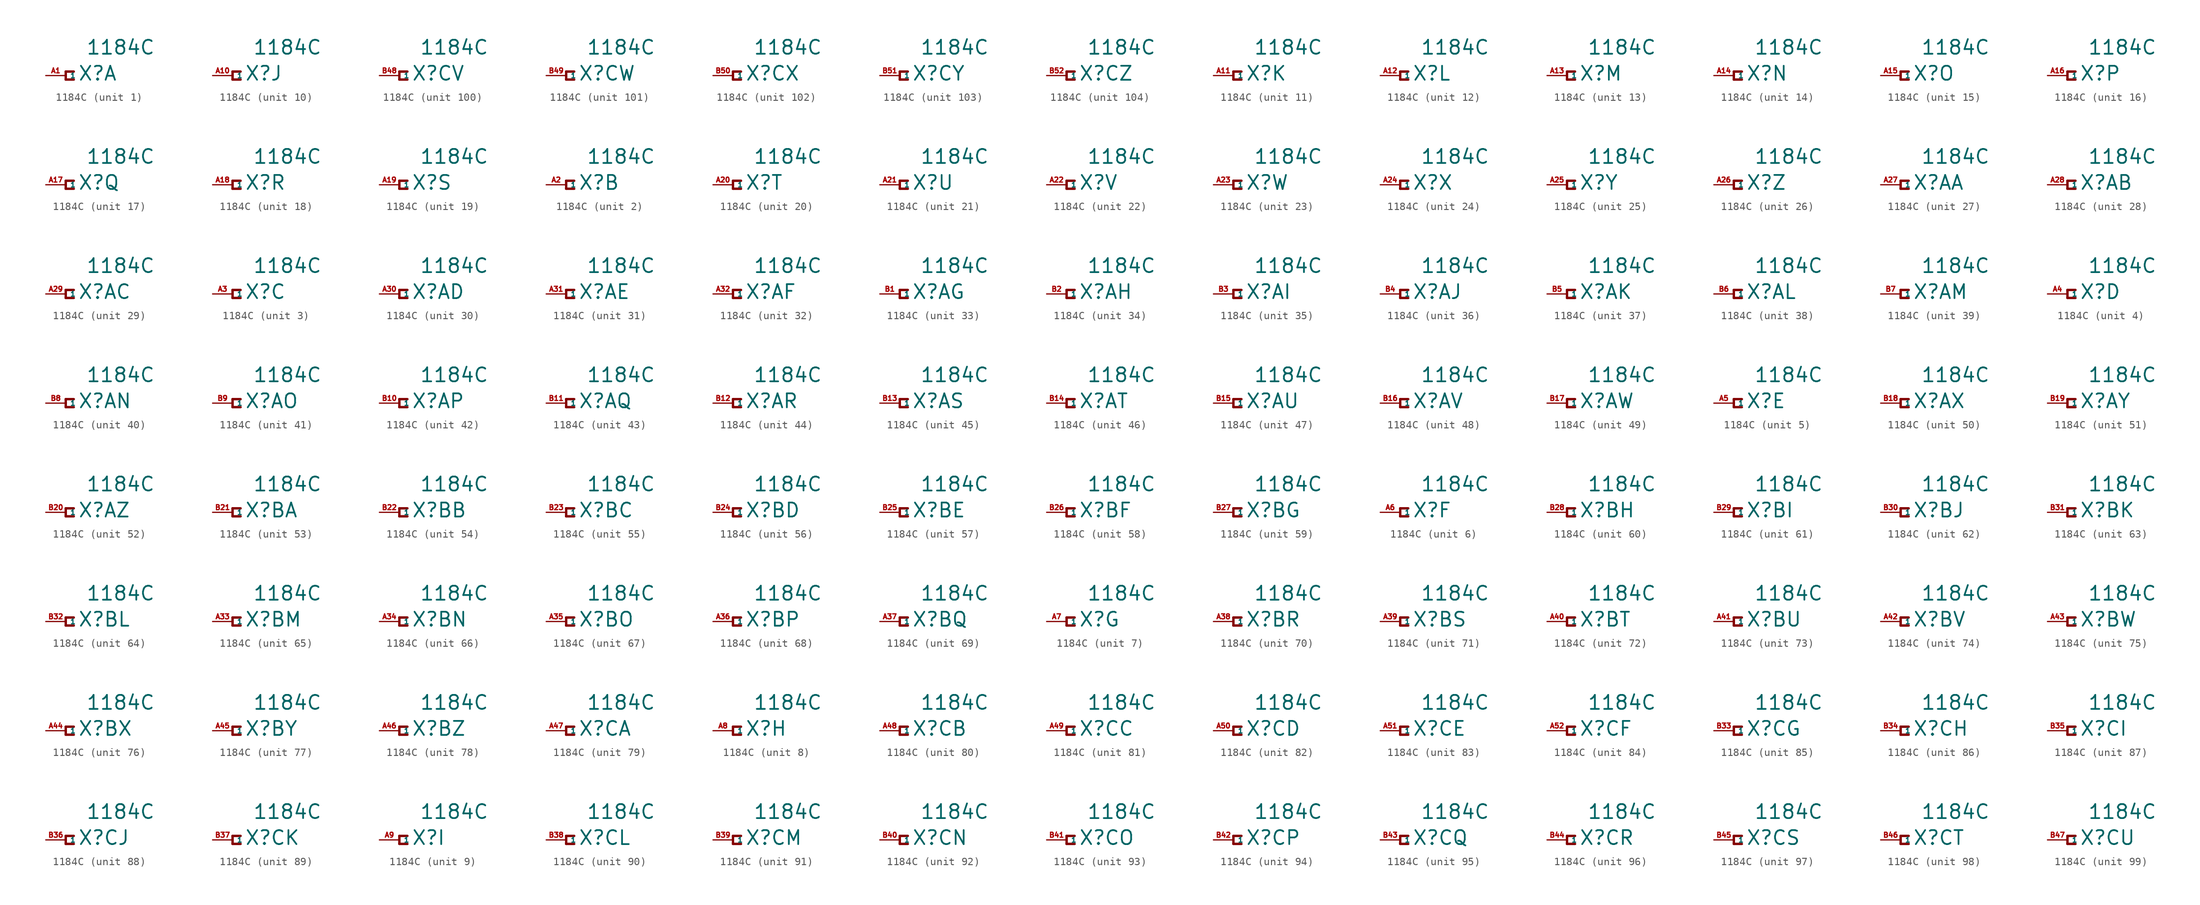
<source format=kicad_sym>
(kicad_symbol_lib
  (version 20220914)
  (generator Eagle2Kicad)
  (symbol "1184C"
    (property "Reference" "X"
      (at 1.524 -0.762 0)
      (effects (font (size 1.778 1.778) (thickness 0.22)) (justify left bottom)))
    (property "Value" "1184C"
      (at 2.54 2.54 0)
      (effects (font (size 1.778 1.778) (thickness 0.22)) (justify left bottom)))
    (symbol "1184C_1_0"
      (polyline (pts (xy 1.016 0.508) (xy 0 0.508)) (stroke (width 0.305) (type default)) (fill (type none)))
      (polyline (pts (xy 0 0.508) (xy 0 -0.508)) (stroke (width 0.305) (type default)) (fill (type none)))
      (polyline (pts (xy 0 -0.508) (xy 1.016 -0.508)) (stroke (width 0.305) (type default)) (fill (type none)))
      (pin passive line (at -2.54 0 0) (length 2.54) (name "1" (effects (font (size 0.635 0.635) (thickness 0.08)) (justify left bottom))) (number "A1" (effects (font (size 0.635 0.635) (thickness 0.08)) (justify left bottom)))))
    (symbol "1184C_2_0"
      (polyline (pts (xy 1.016 0.508) (xy 0 0.508)) (stroke (width 0.305) (type default)) (fill (type none)))
      (polyline (pts (xy 0 0.508) (xy 0 -0.508)) (stroke (width 0.305) (type default)) (fill (type none)))
      (polyline (pts (xy 0 -0.508) (xy 1.016 -0.508)) (stroke (width 0.305) (type default)) (fill (type none)))
      (pin passive line (at -2.54 0 0) (length 2.54) (name "1" (effects (font (size 0.635 0.635) (thickness 0.08)) (justify left bottom))) (number "A2" (effects (font (size 0.635 0.635) (thickness 0.08)) (justify left bottom)))))
    (symbol "1184C_3_0"
      (polyline (pts (xy 1.016 0.508) (xy 0 0.508)) (stroke (width 0.305) (type default)) (fill (type none)))
      (polyline (pts (xy 0 0.508) (xy 0 -0.508)) (stroke (width 0.305) (type default)) (fill (type none)))
      (polyline (pts (xy 0 -0.508) (xy 1.016 -0.508)) (stroke (width 0.305) (type default)) (fill (type none)))
      (pin passive line (at -2.54 0 0) (length 2.54) (name "1" (effects (font (size 0.635 0.635) (thickness 0.08)) (justify left bottom))) (number "A3" (effects (font (size 0.635 0.635) (thickness 0.08)) (justify left bottom)))))
    (symbol "1184C_4_0"
      (polyline (pts (xy 1.016 0.508) (xy 0 0.508)) (stroke (width 0.305) (type default)) (fill (type none)))
      (polyline (pts (xy 0 0.508) (xy 0 -0.508)) (stroke (width 0.305) (type default)) (fill (type none)))
      (polyline (pts (xy 0 -0.508) (xy 1.016 -0.508)) (stroke (width 0.305) (type default)) (fill (type none)))
      (pin passive line (at -2.54 0 0) (length 2.54) (name "1" (effects (font (size 0.635 0.635) (thickness 0.08)) (justify left bottom))) (number "A4" (effects (font (size 0.635 0.635) (thickness 0.08)) (justify left bottom)))))
    (symbol "1184C_5_0"
      (polyline (pts (xy 1.016 0.508) (xy 0 0.508)) (stroke (width 0.305) (type default)) (fill (type none)))
      (polyline (pts (xy 0 0.508) (xy 0 -0.508)) (stroke (width 0.305) (type default)) (fill (type none)))
      (polyline (pts (xy 0 -0.508) (xy 1.016 -0.508)) (stroke (width 0.305) (type default)) (fill (type none)))
      (pin passive line (at -2.54 0 0) (length 2.54) (name "1" (effects (font (size 0.635 0.635) (thickness 0.08)) (justify left bottom))) (number "A5" (effects (font (size 0.635 0.635) (thickness 0.08)) (justify left bottom)))))
    (symbol "1184C_6_0"
      (polyline (pts (xy 1.016 0.508) (xy 0 0.508)) (stroke (width 0.305) (type default)) (fill (type none)))
      (polyline (pts (xy 0 0.508) (xy 0 -0.508)) (stroke (width 0.305) (type default)) (fill (type none)))
      (polyline (pts (xy 0 -0.508) (xy 1.016 -0.508)) (stroke (width 0.305) (type default)) (fill (type none)))
      (pin passive line (at -2.54 0 0) (length 2.54) (name "1" (effects (font (size 0.635 0.635) (thickness 0.08)) (justify left bottom))) (number "A6" (effects (font (size 0.635 0.635) (thickness 0.08)) (justify left bottom)))))
    (symbol "1184C_7_0"
      (polyline (pts (xy 1.016 0.508) (xy 0 0.508)) (stroke (width 0.305) (type default)) (fill (type none)))
      (polyline (pts (xy 0 0.508) (xy 0 -0.508)) (stroke (width 0.305) (type default)) (fill (type none)))
      (polyline (pts (xy 0 -0.508) (xy 1.016 -0.508)) (stroke (width 0.305) (type default)) (fill (type none)))
      (pin passive line (at -2.54 0 0) (length 2.54) (name "1" (effects (font (size 0.635 0.635) (thickness 0.08)) (justify left bottom))) (number "A7" (effects (font (size 0.635 0.635) (thickness 0.08)) (justify left bottom)))))
    (symbol "1184C_8_0"
      (polyline (pts (xy 1.016 0.508) (xy 0 0.508)) (stroke (width 0.305) (type default)) (fill (type none)))
      (polyline (pts (xy 0 0.508) (xy 0 -0.508)) (stroke (width 0.305) (type default)) (fill (type none)))
      (polyline (pts (xy 0 -0.508) (xy 1.016 -0.508)) (stroke (width 0.305) (type default)) (fill (type none)))
      (pin passive line (at -2.54 0 0) (length 2.54) (name "1" (effects (font (size 0.635 0.635) (thickness 0.08)) (justify left bottom))) (number "A8" (effects (font (size 0.635 0.635) (thickness 0.08)) (justify left bottom)))))
    (symbol "1184C_9_0"
      (polyline (pts (xy 1.016 0.508) (xy 0 0.508)) (stroke (width 0.305) (type default)) (fill (type none)))
      (polyline (pts (xy 0 0.508) (xy 0 -0.508)) (stroke (width 0.305) (type default)) (fill (type none)))
      (polyline (pts (xy 0 -0.508) (xy 1.016 -0.508)) (stroke (width 0.305) (type default)) (fill (type none)))
      (pin passive line (at -2.54 0 0) (length 2.54) (name "1" (effects (font (size 0.635 0.635) (thickness 0.08)) (justify left bottom))) (number "A9" (effects (font (size 0.635 0.635) (thickness 0.08)) (justify left bottom)))))
    (symbol "1184C_10_0"
      (polyline (pts (xy 1.016 0.508) (xy 0 0.508)) (stroke (width 0.305) (type default)) (fill (type none)))
      (polyline (pts (xy 0 0.508) (xy 0 -0.508)) (stroke (width 0.305) (type default)) (fill (type none)))
      (polyline (pts (xy 0 -0.508) (xy 1.016 -0.508)) (stroke (width 0.305) (type default)) (fill (type none)))
      (pin passive line (at -2.54 0 0) (length 2.54) (name "1" (effects (font (size 0.635 0.635) (thickness 0.08)) (justify left bottom))) (number "A10" (effects (font (size 0.635 0.635) (thickness 0.08)) (justify left bottom)))))
    (symbol "1184C_11_0"
      (polyline (pts (xy 1.016 0.508) (xy 0 0.508)) (stroke (width 0.305) (type default)) (fill (type none)))
      (polyline (pts (xy 0 0.508) (xy 0 -0.508)) (stroke (width 0.305) (type default)) (fill (type none)))
      (polyline (pts (xy 0 -0.508) (xy 1.016 -0.508)) (stroke (width 0.305) (type default)) (fill (type none)))
      (pin passive line (at -2.54 0 0) (length 2.54) (name "1" (effects (font (size 0.635 0.635) (thickness 0.08)) (justify left bottom))) (number "A11" (effects (font (size 0.635 0.635) (thickness 0.08)) (justify left bottom)))))
    (symbol "1184C_12_0"
      (polyline (pts (xy 1.016 0.508) (xy 0 0.508)) (stroke (width 0.305) (type default)) (fill (type none)))
      (polyline (pts (xy 0 0.508) (xy 0 -0.508)) (stroke (width 0.305) (type default)) (fill (type none)))
      (polyline (pts (xy 0 -0.508) (xy 1.016 -0.508)) (stroke (width 0.305) (type default)) (fill (type none)))
      (pin passive line (at -2.54 0 0) (length 2.54) (name "1" (effects (font (size 0.635 0.635) (thickness 0.08)) (justify left bottom))) (number "A12" (effects (font (size 0.635 0.635) (thickness 0.08)) (justify left bottom)))))
    (symbol "1184C_13_0"
      (polyline (pts (xy 1.016 0.508) (xy 0 0.508)) (stroke (width 0.305) (type default)) (fill (type none)))
      (polyline (pts (xy 0 0.508) (xy 0 -0.508)) (stroke (width 0.305) (type default)) (fill (type none)))
      (polyline (pts (xy 0 -0.508) (xy 1.016 -0.508)) (stroke (width 0.305) (type default)) (fill (type none)))
      (pin passive line (at -2.54 0 0) (length 2.54) (name "1" (effects (font (size 0.635 0.635) (thickness 0.08)) (justify left bottom))) (number "A13" (effects (font (size 0.635 0.635) (thickness 0.08)) (justify left bottom)))))
    (symbol "1184C_14_0"
      (polyline (pts (xy 1.016 0.508) (xy 0 0.508)) (stroke (width 0.305) (type default)) (fill (type none)))
      (polyline (pts (xy 0 0.508) (xy 0 -0.508)) (stroke (width 0.305) (type default)) (fill (type none)))
      (polyline (pts (xy 0 -0.508) (xy 1.016 -0.508)) (stroke (width 0.305) (type default)) (fill (type none)))
      (pin passive line (at -2.54 0 0) (length 2.54) (name "1" (effects (font (size 0.635 0.635) (thickness 0.08)) (justify left bottom))) (number "A14" (effects (font (size 0.635 0.635) (thickness 0.08)) (justify left bottom)))))
    (symbol "1184C_15_0"
      (polyline (pts (xy 1.016 0.508) (xy 0 0.508)) (stroke (width 0.305) (type default)) (fill (type none)))
      (polyline (pts (xy 0 0.508) (xy 0 -0.508)) (stroke (width 0.305) (type default)) (fill (type none)))
      (polyline (pts (xy 0 -0.508) (xy 1.016 -0.508)) (stroke (width 0.305) (type default)) (fill (type none)))
      (pin passive line (at -2.54 0 0) (length 2.54) (name "1" (effects (font (size 0.635 0.635) (thickness 0.08)) (justify left bottom))) (number "A15" (effects (font (size 0.635 0.635) (thickness 0.08)) (justify left bottom)))))
    (symbol "1184C_16_0"
      (polyline (pts (xy 1.016 0.508) (xy 0 0.508)) (stroke (width 0.305) (type default)) (fill (type none)))
      (polyline (pts (xy 0 0.508) (xy 0 -0.508)) (stroke (width 0.305) (type default)) (fill (type none)))
      (polyline (pts (xy 0 -0.508) (xy 1.016 -0.508)) (stroke (width 0.305) (type default)) (fill (type none)))
      (pin passive line (at -2.54 0 0) (length 2.54) (name "1" (effects (font (size 0.635 0.635) (thickness 0.08)) (justify left bottom))) (number "A16" (effects (font (size 0.635 0.635) (thickness 0.08)) (justify left bottom)))))
    (symbol "1184C_17_0"
      (polyline (pts (xy 1.016 0.508) (xy 0 0.508)) (stroke (width 0.305) (type default)) (fill (type none)))
      (polyline (pts (xy 0 0.508) (xy 0 -0.508)) (stroke (width 0.305) (type default)) (fill (type none)))
      (polyline (pts (xy 0 -0.508) (xy 1.016 -0.508)) (stroke (width 0.305) (type default)) (fill (type none)))
      (pin passive line (at -2.54 0 0) (length 2.54) (name "1" (effects (font (size 0.635 0.635) (thickness 0.08)) (justify left bottom))) (number "A17" (effects (font (size 0.635 0.635) (thickness 0.08)) (justify left bottom)))))
    (symbol "1184C_18_0"
      (polyline (pts (xy 1.016 0.508) (xy 0 0.508)) (stroke (width 0.305) (type default)) (fill (type none)))
      (polyline (pts (xy 0 0.508) (xy 0 -0.508)) (stroke (width 0.305) (type default)) (fill (type none)))
      (polyline (pts (xy 0 -0.508) (xy 1.016 -0.508)) (stroke (width 0.305) (type default)) (fill (type none)))
      (pin passive line (at -2.54 0 0) (length 2.54) (name "1" (effects (font (size 0.635 0.635) (thickness 0.08)) (justify left bottom))) (number "A18" (effects (font (size 0.635 0.635) (thickness 0.08)) (justify left bottom)))))
    (symbol "1184C_19_0"
      (polyline (pts (xy 1.016 0.508) (xy 0 0.508)) (stroke (width 0.305) (type default)) (fill (type none)))
      (polyline (pts (xy 0 0.508) (xy 0 -0.508)) (stroke (width 0.305) (type default)) (fill (type none)))
      (polyline (pts (xy 0 -0.508) (xy 1.016 -0.508)) (stroke (width 0.305) (type default)) (fill (type none)))
      (pin passive line (at -2.54 0 0) (length 2.54) (name "1" (effects (font (size 0.635 0.635) (thickness 0.08)) (justify left bottom))) (number "A19" (effects (font (size 0.635 0.635) (thickness 0.08)) (justify left bottom)))))
    (symbol "1184C_20_0"
      (polyline (pts (xy 1.016 0.508) (xy 0 0.508)) (stroke (width 0.305) (type default)) (fill (type none)))
      (polyline (pts (xy 0 0.508) (xy 0 -0.508)) (stroke (width 0.305) (type default)) (fill (type none)))
      (polyline (pts (xy 0 -0.508) (xy 1.016 -0.508)) (stroke (width 0.305) (type default)) (fill (type none)))
      (pin passive line (at -2.54 0 0) (length 2.54) (name "1" (effects (font (size 0.635 0.635) (thickness 0.08)) (justify left bottom))) (number "A20" (effects (font (size 0.635 0.635) (thickness 0.08)) (justify left bottom)))))
    (symbol "1184C_21_0"
      (polyline (pts (xy 1.016 0.508) (xy 0 0.508)) (stroke (width 0.305) (type default)) (fill (type none)))
      (polyline (pts (xy 0 0.508) (xy 0 -0.508)) (stroke (width 0.305) (type default)) (fill (type none)))
      (polyline (pts (xy 0 -0.508) (xy 1.016 -0.508)) (stroke (width 0.305) (type default)) (fill (type none)))
      (pin passive line (at -2.54 0 0) (length 2.54) (name "1" (effects (font (size 0.635 0.635) (thickness 0.08)) (justify left bottom))) (number "A21" (effects (font (size 0.635 0.635) (thickness 0.08)) (justify left bottom)))))
    (symbol "1184C_22_0"
      (polyline (pts (xy 1.016 0.508) (xy 0 0.508)) (stroke (width 0.305) (type default)) (fill (type none)))
      (polyline (pts (xy 0 0.508) (xy 0 -0.508)) (stroke (width 0.305) (type default)) (fill (type none)))
      (polyline (pts (xy 0 -0.508) (xy 1.016 -0.508)) (stroke (width 0.305) (type default)) (fill (type none)))
      (pin passive line (at -2.54 0 0) (length 2.54) (name "1" (effects (font (size 0.635 0.635) (thickness 0.08)) (justify left bottom))) (number "A22" (effects (font (size 0.635 0.635) (thickness 0.08)) (justify left bottom)))))
    (symbol "1184C_23_0"
      (polyline (pts (xy 1.016 0.508) (xy 0 0.508)) (stroke (width 0.305) (type default)) (fill (type none)))
      (polyline (pts (xy 0 0.508) (xy 0 -0.508)) (stroke (width 0.305) (type default)) (fill (type none)))
      (polyline (pts (xy 0 -0.508) (xy 1.016 -0.508)) (stroke (width 0.305) (type default)) (fill (type none)))
      (pin passive line (at -2.54 0 0) (length 2.54) (name "1" (effects (font (size 0.635 0.635) (thickness 0.08)) (justify left bottom))) (number "A23" (effects (font (size 0.635 0.635) (thickness 0.08)) (justify left bottom)))))
    (symbol "1184C_24_0"
      (polyline (pts (xy 1.016 0.508) (xy 0 0.508)) (stroke (width 0.305) (type default)) (fill (type none)))
      (polyline (pts (xy 0 0.508) (xy 0 -0.508)) (stroke (width 0.305) (type default)) (fill (type none)))
      (polyline (pts (xy 0 -0.508) (xy 1.016 -0.508)) (stroke (width 0.305) (type default)) (fill (type none)))
      (pin passive line (at -2.54 0 0) (length 2.54) (name "1" (effects (font (size 0.635 0.635) (thickness 0.08)) (justify left bottom))) (number "A24" (effects (font (size 0.635 0.635) (thickness 0.08)) (justify left bottom)))))
    (symbol "1184C_25_0"
      (polyline (pts (xy 1.016 0.508) (xy 0 0.508)) (stroke (width 0.305) (type default)) (fill (type none)))
      (polyline (pts (xy 0 0.508) (xy 0 -0.508)) (stroke (width 0.305) (type default)) (fill (type none)))
      (polyline (pts (xy 0 -0.508) (xy 1.016 -0.508)) (stroke (width 0.305) (type default)) (fill (type none)))
      (pin passive line (at -2.54 0 0) (length 2.54) (name "1" (effects (font (size 0.635 0.635) (thickness 0.08)) (justify left bottom))) (number "A25" (effects (font (size 0.635 0.635) (thickness 0.08)) (justify left bottom)))))
    (symbol "1184C_26_0"
      (polyline (pts (xy 1.016 0.508) (xy 0 0.508)) (stroke (width 0.305) (type default)) (fill (type none)))
      (polyline (pts (xy 0 0.508) (xy 0 -0.508)) (stroke (width 0.305) (type default)) (fill (type none)))
      (polyline (pts (xy 0 -0.508) (xy 1.016 -0.508)) (stroke (width 0.305) (type default)) (fill (type none)))
      (pin passive line (at -2.54 0 0) (length 2.54) (name "1" (effects (font (size 0.635 0.635) (thickness 0.08)) (justify left bottom))) (number "A26" (effects (font (size 0.635 0.635) (thickness 0.08)) (justify left bottom)))))
    (symbol "1184C_27_0"
      (polyline (pts (xy 1.016 0.508) (xy 0 0.508)) (stroke (width 0.305) (type default)) (fill (type none)))
      (polyline (pts (xy 0 0.508) (xy 0 -0.508)) (stroke (width 0.305) (type default)) (fill (type none)))
      (polyline (pts (xy 0 -0.508) (xy 1.016 -0.508)) (stroke (width 0.305) (type default)) (fill (type none)))
      (pin passive line (at -2.54 0 0) (length 2.54) (name "1" (effects (font (size 0.635 0.635) (thickness 0.08)) (justify left bottom))) (number "A27" (effects (font (size 0.635 0.635) (thickness 0.08)) (justify left bottom)))))
    (symbol "1184C_28_0"
      (polyline (pts (xy 1.016 0.508) (xy 0 0.508)) (stroke (width 0.305) (type default)) (fill (type none)))
      (polyline (pts (xy 0 0.508) (xy 0 -0.508)) (stroke (width 0.305) (type default)) (fill (type none)))
      (polyline (pts (xy 0 -0.508) (xy 1.016 -0.508)) (stroke (width 0.305) (type default)) (fill (type none)))
      (pin passive line (at -2.54 0 0) (length 2.54) (name "1" (effects (font (size 0.635 0.635) (thickness 0.08)) (justify left bottom))) (number "A28" (effects (font (size 0.635 0.635) (thickness 0.08)) (justify left bottom)))))
    (symbol "1184C_29_0"
      (polyline (pts (xy 1.016 0.508) (xy 0 0.508)) (stroke (width 0.305) (type default)) (fill (type none)))
      (polyline (pts (xy 0 0.508) (xy 0 -0.508)) (stroke (width 0.305) (type default)) (fill (type none)))
      (polyline (pts (xy 0 -0.508) (xy 1.016 -0.508)) (stroke (width 0.305) (type default)) (fill (type none)))
      (pin passive line (at -2.54 0 0) (length 2.54) (name "1" (effects (font (size 0.635 0.635) (thickness 0.08)) (justify left bottom))) (number "A29" (effects (font (size 0.635 0.635) (thickness 0.08)) (justify left bottom)))))
    (symbol "1184C_30_0"
      (polyline (pts (xy 1.016 0.508) (xy 0 0.508)) (stroke (width 0.305) (type default)) (fill (type none)))
      (polyline (pts (xy 0 0.508) (xy 0 -0.508)) (stroke (width 0.305) (type default)) (fill (type none)))
      (polyline (pts (xy 0 -0.508) (xy 1.016 -0.508)) (stroke (width 0.305) (type default)) (fill (type none)))
      (pin passive line (at -2.54 0 0) (length 2.54) (name "1" (effects (font (size 0.635 0.635) (thickness 0.08)) (justify left bottom))) (number "A30" (effects (font (size 0.635 0.635) (thickness 0.08)) (justify left bottom)))))
    (symbol "1184C_31_0"
      (polyline (pts (xy 1.016 0.508) (xy 0 0.508)) (stroke (width 0.305) (type default)) (fill (type none)))
      (polyline (pts (xy 0 0.508) (xy 0 -0.508)) (stroke (width 0.305) (type default)) (fill (type none)))
      (polyline (pts (xy 0 -0.508) (xy 1.016 -0.508)) (stroke (width 0.305) (type default)) (fill (type none)))
      (pin passive line (at -2.54 0 0) (length 2.54) (name "1" (effects (font (size 0.635 0.635) (thickness 0.08)) (justify left bottom))) (number "A31" (effects (font (size 0.635 0.635) (thickness 0.08)) (justify left bottom)))))
    (symbol "1184C_32_0"
      (polyline (pts (xy 1.016 0.508) (xy 0 0.508)) (stroke (width 0.305) (type default)) (fill (type none)))
      (polyline (pts (xy 0 0.508) (xy 0 -0.508)) (stroke (width 0.305) (type default)) (fill (type none)))
      (polyline (pts (xy 0 -0.508) (xy 1.016 -0.508)) (stroke (width 0.305) (type default)) (fill (type none)))
      (pin passive line (at -2.54 0 0) (length 2.54) (name "1" (effects (font (size 0.635 0.635) (thickness 0.08)) (justify left bottom))) (number "A32" (effects (font (size 0.635 0.635) (thickness 0.08)) (justify left bottom)))))
    (symbol "1184C_33_0"
      (polyline (pts (xy 1.016 0.508) (xy 0 0.508)) (stroke (width 0.305) (type default)) (fill (type none)))
      (polyline (pts (xy 0 0.508) (xy 0 -0.508)) (stroke (width 0.305) (type default)) (fill (type none)))
      (polyline (pts (xy 0 -0.508) (xy 1.016 -0.508)) (stroke (width 0.305) (type default)) (fill (type none)))
      (pin passive line (at -2.54 0 0) (length 2.54) (name "1" (effects (font (size 0.635 0.635) (thickness 0.08)) (justify left bottom))) (number "B1" (effects (font (size 0.635 0.635) (thickness 0.08)) (justify left bottom)))))
    (symbol "1184C_34_0"
      (polyline (pts (xy 1.016 0.508) (xy 0 0.508)) (stroke (width 0.305) (type default)) (fill (type none)))
      (polyline (pts (xy 0 0.508) (xy 0 -0.508)) (stroke (width 0.305) (type default)) (fill (type none)))
      (polyline (pts (xy 0 -0.508) (xy 1.016 -0.508)) (stroke (width 0.305) (type default)) (fill (type none)))
      (pin passive line (at -2.54 0 0) (length 2.54) (name "1" (effects (font (size 0.635 0.635) (thickness 0.08)) (justify left bottom))) (number "B2" (effects (font (size 0.635 0.635) (thickness 0.08)) (justify left bottom)))))
    (symbol "1184C_35_0"
      (polyline (pts (xy 1.016 0.508) (xy 0 0.508)) (stroke (width 0.305) (type default)) (fill (type none)))
      (polyline (pts (xy 0 0.508) (xy 0 -0.508)) (stroke (width 0.305) (type default)) (fill (type none)))
      (polyline (pts (xy 0 -0.508) (xy 1.016 -0.508)) (stroke (width 0.305) (type default)) (fill (type none)))
      (pin passive line (at -2.54 0 0) (length 2.54) (name "1" (effects (font (size 0.635 0.635) (thickness 0.08)) (justify left bottom))) (number "B3" (effects (font (size 0.635 0.635) (thickness 0.08)) (justify left bottom)))))
    (symbol "1184C_36_0"
      (polyline (pts (xy 1.016 0.508) (xy 0 0.508)) (stroke (width 0.305) (type default)) (fill (type none)))
      (polyline (pts (xy 0 0.508) (xy 0 -0.508)) (stroke (width 0.305) (type default)) (fill (type none)))
      (polyline (pts (xy 0 -0.508) (xy 1.016 -0.508)) (stroke (width 0.305) (type default)) (fill (type none)))
      (pin passive line (at -2.54 0 0) (length 2.54) (name "1" (effects (font (size 0.635 0.635) (thickness 0.08)) (justify left bottom))) (number "B4" (effects (font (size 0.635 0.635) (thickness 0.08)) (justify left bottom)))))
    (symbol "1184C_37_0"
      (polyline (pts (xy 1.016 0.508) (xy 0 0.508)) (stroke (width 0.305) (type default)) (fill (type none)))
      (polyline (pts (xy 0 0.508) (xy 0 -0.508)) (stroke (width 0.305) (type default)) (fill (type none)))
      (polyline (pts (xy 0 -0.508) (xy 1.016 -0.508)) (stroke (width 0.305) (type default)) (fill (type none)))
      (pin passive line (at -2.54 0 0) (length 2.54) (name "1" (effects (font (size 0.635 0.635) (thickness 0.08)) (justify left bottom))) (number "B5" (effects (font (size 0.635 0.635) (thickness 0.08)) (justify left bottom)))))
    (symbol "1184C_38_0"
      (polyline (pts (xy 1.016 0.508) (xy 0 0.508)) (stroke (width 0.305) (type default)) (fill (type none)))
      (polyline (pts (xy 0 0.508) (xy 0 -0.508)) (stroke (width 0.305) (type default)) (fill (type none)))
      (polyline (pts (xy 0 -0.508) (xy 1.016 -0.508)) (stroke (width 0.305) (type default)) (fill (type none)))
      (pin passive line (at -2.54 0 0) (length 2.54) (name "1" (effects (font (size 0.635 0.635) (thickness 0.08)) (justify left bottom))) (number "B6" (effects (font (size 0.635 0.635) (thickness 0.08)) (justify left bottom)))))
    (symbol "1184C_39_0"
      (polyline (pts (xy 1.016 0.508) (xy 0 0.508)) (stroke (width 0.305) (type default)) (fill (type none)))
      (polyline (pts (xy 0 0.508) (xy 0 -0.508)) (stroke (width 0.305) (type default)) (fill (type none)))
      (polyline (pts (xy 0 -0.508) (xy 1.016 -0.508)) (stroke (width 0.305) (type default)) (fill (type none)))
      (pin passive line (at -2.54 0 0) (length 2.54) (name "1" (effects (font (size 0.635 0.635) (thickness 0.08)) (justify left bottom))) (number "B7" (effects (font (size 0.635 0.635) (thickness 0.08)) (justify left bottom)))))
    (symbol "1184C_40_0"
      (polyline (pts (xy 1.016 0.508) (xy 0 0.508)) (stroke (width 0.305) (type default)) (fill (type none)))
      (polyline (pts (xy 0 0.508) (xy 0 -0.508)) (stroke (width 0.305) (type default)) (fill (type none)))
      (polyline (pts (xy 0 -0.508) (xy 1.016 -0.508)) (stroke (width 0.305) (type default)) (fill (type none)))
      (pin passive line (at -2.54 0 0) (length 2.54) (name "1" (effects (font (size 0.635 0.635) (thickness 0.08)) (justify left bottom))) (number "B8" (effects (font (size 0.635 0.635) (thickness 0.08)) (justify left bottom)))))
    (symbol "1184C_41_0"
      (polyline (pts (xy 1.016 0.508) (xy 0 0.508)) (stroke (width 0.305) (type default)) (fill (type none)))
      (polyline (pts (xy 0 0.508) (xy 0 -0.508)) (stroke (width 0.305) (type default)) (fill (type none)))
      (polyline (pts (xy 0 -0.508) (xy 1.016 -0.508)) (stroke (width 0.305) (type default)) (fill (type none)))
      (pin passive line (at -2.54 0 0) (length 2.54) (name "1" (effects (font (size 0.635 0.635) (thickness 0.08)) (justify left bottom))) (number "B9" (effects (font (size 0.635 0.635) (thickness 0.08)) (justify left bottom)))))
    (symbol "1184C_42_0"
      (polyline (pts (xy 1.016 0.508) (xy 0 0.508)) (stroke (width 0.305) (type default)) (fill (type none)))
      (polyline (pts (xy 0 0.508) (xy 0 -0.508)) (stroke (width 0.305) (type default)) (fill (type none)))
      (polyline (pts (xy 0 -0.508) (xy 1.016 -0.508)) (stroke (width 0.305) (type default)) (fill (type none)))
      (pin passive line (at -2.54 0 0) (length 2.54) (name "1" (effects (font (size 0.635 0.635) (thickness 0.08)) (justify left bottom))) (number "B10" (effects (font (size 0.635 0.635) (thickness 0.08)) (justify left bottom)))))
    (symbol "1184C_43_0"
      (polyline (pts (xy 1.016 0.508) (xy 0 0.508)) (stroke (width 0.305) (type default)) (fill (type none)))
      (polyline (pts (xy 0 0.508) (xy 0 -0.508)) (stroke (width 0.305) (type default)) (fill (type none)))
      (polyline (pts (xy 0 -0.508) (xy 1.016 -0.508)) (stroke (width 0.305) (type default)) (fill (type none)))
      (pin passive line (at -2.54 0 0) (length 2.54) (name "1" (effects (font (size 0.635 0.635) (thickness 0.08)) (justify left bottom))) (number "B11" (effects (font (size 0.635 0.635) (thickness 0.08)) (justify left bottom)))))
    (symbol "1184C_44_0"
      (polyline (pts (xy 1.016 0.508) (xy 0 0.508)) (stroke (width 0.305) (type default)) (fill (type none)))
      (polyline (pts (xy 0 0.508) (xy 0 -0.508)) (stroke (width 0.305) (type default)) (fill (type none)))
      (polyline (pts (xy 0 -0.508) (xy 1.016 -0.508)) (stroke (width 0.305) (type default)) (fill (type none)))
      (pin passive line (at -2.54 0 0) (length 2.54) (name "1" (effects (font (size 0.635 0.635) (thickness 0.08)) (justify left bottom))) (number "B12" (effects (font (size 0.635 0.635) (thickness 0.08)) (justify left bottom)))))
    (symbol "1184C_45_0"
      (polyline (pts (xy 1.016 0.508) (xy 0 0.508)) (stroke (width 0.305) (type default)) (fill (type none)))
      (polyline (pts (xy 0 0.508) (xy 0 -0.508)) (stroke (width 0.305) (type default)) (fill (type none)))
      (polyline (pts (xy 0 -0.508) (xy 1.016 -0.508)) (stroke (width 0.305) (type default)) (fill (type none)))
      (pin passive line (at -2.54 0 0) (length 2.54) (name "1" (effects (font (size 0.635 0.635) (thickness 0.08)) (justify left bottom))) (number "B13" (effects (font (size 0.635 0.635) (thickness 0.08)) (justify left bottom)))))
    (symbol "1184C_46_0"
      (polyline (pts (xy 1.016 0.508) (xy 0 0.508)) (stroke (width 0.305) (type default)) (fill (type none)))
      (polyline (pts (xy 0 0.508) (xy 0 -0.508)) (stroke (width 0.305) (type default)) (fill (type none)))
      (polyline (pts (xy 0 -0.508) (xy 1.016 -0.508)) (stroke (width 0.305) (type default)) (fill (type none)))
      (pin passive line (at -2.54 0 0) (length 2.54) (name "1" (effects (font (size 0.635 0.635) (thickness 0.08)) (justify left bottom))) (number "B14" (effects (font (size 0.635 0.635) (thickness 0.08)) (justify left bottom)))))
    (symbol "1184C_47_0"
      (polyline (pts (xy 1.016 0.508) (xy 0 0.508)) (stroke (width 0.305) (type default)) (fill (type none)))
      (polyline (pts (xy 0 0.508) (xy 0 -0.508)) (stroke (width 0.305) (type default)) (fill (type none)))
      (polyline (pts (xy 0 -0.508) (xy 1.016 -0.508)) (stroke (width 0.305) (type default)) (fill (type none)))
      (pin passive line (at -2.54 0 0) (length 2.54) (name "1" (effects (font (size 0.635 0.635) (thickness 0.08)) (justify left bottom))) (number "B15" (effects (font (size 0.635 0.635) (thickness 0.08)) (justify left bottom)))))
    (symbol "1184C_48_0"
      (polyline (pts (xy 1.016 0.508) (xy 0 0.508)) (stroke (width 0.305) (type default)) (fill (type none)))
      (polyline (pts (xy 0 0.508) (xy 0 -0.508)) (stroke (width 0.305) (type default)) (fill (type none)))
      (polyline (pts (xy 0 -0.508) (xy 1.016 -0.508)) (stroke (width 0.305) (type default)) (fill (type none)))
      (pin passive line (at -2.54 0 0) (length 2.54) (name "1" (effects (font (size 0.635 0.635) (thickness 0.08)) (justify left bottom))) (number "B16" (effects (font (size 0.635 0.635) (thickness 0.08)) (justify left bottom)))))
    (symbol "1184C_49_0"
      (polyline (pts (xy 1.016 0.508) (xy 0 0.508)) (stroke (width 0.305) (type default)) (fill (type none)))
      (polyline (pts (xy 0 0.508) (xy 0 -0.508)) (stroke (width 0.305) (type default)) (fill (type none)))
      (polyline (pts (xy 0 -0.508) (xy 1.016 -0.508)) (stroke (width 0.305) (type default)) (fill (type none)))
      (pin passive line (at -2.54 0 0) (length 2.54) (name "1" (effects (font (size 0.635 0.635) (thickness 0.08)) (justify left bottom))) (number "B17" (effects (font (size 0.635 0.635) (thickness 0.08)) (justify left bottom)))))
    (symbol "1184C_50_0"
      (polyline (pts (xy 1.016 0.508) (xy 0 0.508)) (stroke (width 0.305) (type default)) (fill (type none)))
      (polyline (pts (xy 0 0.508) (xy 0 -0.508)) (stroke (width 0.305) (type default)) (fill (type none)))
      (polyline (pts (xy 0 -0.508) (xy 1.016 -0.508)) (stroke (width 0.305) (type default)) (fill (type none)))
      (pin passive line (at -2.54 0 0) (length 2.54) (name "1" (effects (font (size 0.635 0.635) (thickness 0.08)) (justify left bottom))) (number "B18" (effects (font (size 0.635 0.635) (thickness 0.08)) (justify left bottom)))))
    (symbol "1184C_51_0"
      (polyline (pts (xy 1.016 0.508) (xy 0 0.508)) (stroke (width 0.305) (type default)) (fill (type none)))
      (polyline (pts (xy 0 0.508) (xy 0 -0.508)) (stroke (width 0.305) (type default)) (fill (type none)))
      (polyline (pts (xy 0 -0.508) (xy 1.016 -0.508)) (stroke (width 0.305) (type default)) (fill (type none)))
      (pin passive line (at -2.54 0 0) (length 2.54) (name "1" (effects (font (size 0.635 0.635) (thickness 0.08)) (justify left bottom))) (number "B19" (effects (font (size 0.635 0.635) (thickness 0.08)) (justify left bottom)))))
    (symbol "1184C_52_0"
      (polyline (pts (xy 1.016 0.508) (xy 0 0.508)) (stroke (width 0.305) (type default)) (fill (type none)))
      (polyline (pts (xy 0 0.508) (xy 0 -0.508)) (stroke (width 0.305) (type default)) (fill (type none)))
      (polyline (pts (xy 0 -0.508) (xy 1.016 -0.508)) (stroke (width 0.305) (type default)) (fill (type none)))
      (pin passive line (at -2.54 0 0) (length 2.54) (name "1" (effects (font (size 0.635 0.635) (thickness 0.08)) (justify left bottom))) (number "B20" (effects (font (size 0.635 0.635) (thickness 0.08)) (justify left bottom)))))
    (symbol "1184C_53_0"
      (polyline (pts (xy 1.016 0.508) (xy 0 0.508)) (stroke (width 0.305) (type default)) (fill (type none)))
      (polyline (pts (xy 0 0.508) (xy 0 -0.508)) (stroke (width 0.305) (type default)) (fill (type none)))
      (polyline (pts (xy 0 -0.508) (xy 1.016 -0.508)) (stroke (width 0.305) (type default)) (fill (type none)))
      (pin passive line (at -2.54 0 0) (length 2.54) (name "1" (effects (font (size 0.635 0.635) (thickness 0.08)) (justify left bottom))) (number "B21" (effects (font (size 0.635 0.635) (thickness 0.08)) (justify left bottom)))))
    (symbol "1184C_54_0"
      (polyline (pts (xy 1.016 0.508) (xy 0 0.508)) (stroke (width 0.305) (type default)) (fill (type none)))
      (polyline (pts (xy 0 0.508) (xy 0 -0.508)) (stroke (width 0.305) (type default)) (fill (type none)))
      (polyline (pts (xy 0 -0.508) (xy 1.016 -0.508)) (stroke (width 0.305) (type default)) (fill (type none)))
      (pin passive line (at -2.54 0 0) (length 2.54) (name "1" (effects (font (size 0.635 0.635) (thickness 0.08)) (justify left bottom))) (number "B22" (effects (font (size 0.635 0.635) (thickness 0.08)) (justify left bottom)))))
    (symbol "1184C_55_0"
      (polyline (pts (xy 1.016 0.508) (xy 0 0.508)) (stroke (width 0.305) (type default)) (fill (type none)))
      (polyline (pts (xy 0 0.508) (xy 0 -0.508)) (stroke (width 0.305) (type default)) (fill (type none)))
      (polyline (pts (xy 0 -0.508) (xy 1.016 -0.508)) (stroke (width 0.305) (type default)) (fill (type none)))
      (pin passive line (at -2.54 0 0) (length 2.54) (name "1" (effects (font (size 0.635 0.635) (thickness 0.08)) (justify left bottom))) (number "B23" (effects (font (size 0.635 0.635) (thickness 0.08)) (justify left bottom)))))
    (symbol "1184C_56_0"
      (polyline (pts (xy 1.016 0.508) (xy 0 0.508)) (stroke (width 0.305) (type default)) (fill (type none)))
      (polyline (pts (xy 0 0.508) (xy 0 -0.508)) (stroke (width 0.305) (type default)) (fill (type none)))
      (polyline (pts (xy 0 -0.508) (xy 1.016 -0.508)) (stroke (width 0.305) (type default)) (fill (type none)))
      (pin passive line (at -2.54 0 0) (length 2.54) (name "1" (effects (font (size 0.635 0.635) (thickness 0.08)) (justify left bottom))) (number "B24" (effects (font (size 0.635 0.635) (thickness 0.08)) (justify left bottom)))))
    (symbol "1184C_57_0"
      (polyline (pts (xy 1.016 0.508) (xy 0 0.508)) (stroke (width 0.305) (type default)) (fill (type none)))
      (polyline (pts (xy 0 0.508) (xy 0 -0.508)) (stroke (width 0.305) (type default)) (fill (type none)))
      (polyline (pts (xy 0 -0.508) (xy 1.016 -0.508)) (stroke (width 0.305) (type default)) (fill (type none)))
      (pin passive line (at -2.54 0 0) (length 2.54) (name "1" (effects (font (size 0.635 0.635) (thickness 0.08)) (justify left bottom))) (number "B25" (effects (font (size 0.635 0.635) (thickness 0.08)) (justify left bottom)))))
    (symbol "1184C_58_0"
      (polyline (pts (xy 1.016 0.508) (xy 0 0.508)) (stroke (width 0.305) (type default)) (fill (type none)))
      (polyline (pts (xy 0 0.508) (xy 0 -0.508)) (stroke (width 0.305) (type default)) (fill (type none)))
      (polyline (pts (xy 0 -0.508) (xy 1.016 -0.508)) (stroke (width 0.305) (type default)) (fill (type none)))
      (pin passive line (at -2.54 0 0) (length 2.54) (name "1" (effects (font (size 0.635 0.635) (thickness 0.08)) (justify left bottom))) (number "B26" (effects (font (size 0.635 0.635) (thickness 0.08)) (justify left bottom)))))
    (symbol "1184C_59_0"
      (polyline (pts (xy 1.016 0.508) (xy 0 0.508)) (stroke (width 0.305) (type default)) (fill (type none)))
      (polyline (pts (xy 0 0.508) (xy 0 -0.508)) (stroke (width 0.305) (type default)) (fill (type none)))
      (polyline (pts (xy 0 -0.508) (xy 1.016 -0.508)) (stroke (width 0.305) (type default)) (fill (type none)))
      (pin passive line (at -2.54 0 0) (length 2.54) (name "1" (effects (font (size 0.635 0.635) (thickness 0.08)) (justify left bottom))) (number "B27" (effects (font (size 0.635 0.635) (thickness 0.08)) (justify left bottom)))))
    (symbol "1184C_60_0"
      (polyline (pts (xy 1.016 0.508) (xy 0 0.508)) (stroke (width 0.305) (type default)) (fill (type none)))
      (polyline (pts (xy 0 0.508) (xy 0 -0.508)) (stroke (width 0.305) (type default)) (fill (type none)))
      (polyline (pts (xy 0 -0.508) (xy 1.016 -0.508)) (stroke (width 0.305) (type default)) (fill (type none)))
      (pin passive line (at -2.54 0 0) (length 2.54) (name "1" (effects (font (size 0.635 0.635) (thickness 0.08)) (justify left bottom))) (number "B28" (effects (font (size 0.635 0.635) (thickness 0.08)) (justify left bottom)))))
    (symbol "1184C_61_0"
      (polyline (pts (xy 1.016 0.508) (xy 0 0.508)) (stroke (width 0.305) (type default)) (fill (type none)))
      (polyline (pts (xy 0 0.508) (xy 0 -0.508)) (stroke (width 0.305) (type default)) (fill (type none)))
      (polyline (pts (xy 0 -0.508) (xy 1.016 -0.508)) (stroke (width 0.305) (type default)) (fill (type none)))
      (pin passive line (at -2.54 0 0) (length 2.54) (name "1" (effects (font (size 0.635 0.635) (thickness 0.08)) (justify left bottom))) (number "B29" (effects (font (size 0.635 0.635) (thickness 0.08)) (justify left bottom)))))
    (symbol "1184C_62_0"
      (polyline (pts (xy 1.016 0.508) (xy 0 0.508)) (stroke (width 0.305) (type default)) (fill (type none)))
      (polyline (pts (xy 0 0.508) (xy 0 -0.508)) (stroke (width 0.305) (type default)) (fill (type none)))
      (polyline (pts (xy 0 -0.508) (xy 1.016 -0.508)) (stroke (width 0.305) (type default)) (fill (type none)))
      (pin passive line (at -2.54 0 0) (length 2.54) (name "1" (effects (font (size 0.635 0.635) (thickness 0.08)) (justify left bottom))) (number "B30" (effects (font (size 0.635 0.635) (thickness 0.08)) (justify left bottom)))))
    (symbol "1184C_63_0"
      (polyline (pts (xy 1.016 0.508) (xy 0 0.508)) (stroke (width 0.305) (type default)) (fill (type none)))
      (polyline (pts (xy 0 0.508) (xy 0 -0.508)) (stroke (width 0.305) (type default)) (fill (type none)))
      (polyline (pts (xy 0 -0.508) (xy 1.016 -0.508)) (stroke (width 0.305) (type default)) (fill (type none)))
      (pin passive line (at -2.54 0 0) (length 2.54) (name "1" (effects (font (size 0.635 0.635) (thickness 0.08)) (justify left bottom))) (number "B31" (effects (font (size 0.635 0.635) (thickness 0.08)) (justify left bottom)))))
    (symbol "1184C_64_0"
      (polyline (pts (xy 1.016 0.508) (xy 0 0.508)) (stroke (width 0.305) (type default)) (fill (type none)))
      (polyline (pts (xy 0 0.508) (xy 0 -0.508)) (stroke (width 0.305) (type default)) (fill (type none)))
      (polyline (pts (xy 0 -0.508) (xy 1.016 -0.508)) (stroke (width 0.305) (type default)) (fill (type none)))
      (pin passive line (at -2.54 0 0) (length 2.54) (name "1" (effects (font (size 0.635 0.635) (thickness 0.08)) (justify left bottom))) (number "B32" (effects (font (size 0.635 0.635) (thickness 0.08)) (justify left bottom)))))
    (symbol "1184C_65_0"
      (polyline (pts (xy 1.016 0.508) (xy 0 0.508)) (stroke (width 0.305) (type default)) (fill (type none)))
      (polyline (pts (xy 0 0.508) (xy 0 -0.508)) (stroke (width 0.305) (type default)) (fill (type none)))
      (polyline (pts (xy 0 -0.508) (xy 1.016 -0.508)) (stroke (width 0.305) (type default)) (fill (type none)))
      (pin passive line (at -2.54 0 0) (length 2.54) (name "1" (effects (font (size 0.635 0.635) (thickness 0.08)) (justify left bottom))) (number "A33" (effects (font (size 0.635 0.635) (thickness 0.08)) (justify left bottom)))))
    (symbol "1184C_66_0"
      (polyline (pts (xy 1.016 0.508) (xy 0 0.508)) (stroke (width 0.305) (type default)) (fill (type none)))
      (polyline (pts (xy 0 0.508) (xy 0 -0.508)) (stroke (width 0.305) (type default)) (fill (type none)))
      (polyline (pts (xy 0 -0.508) (xy 1.016 -0.508)) (stroke (width 0.305) (type default)) (fill (type none)))
      (pin passive line (at -2.54 0 0) (length 2.54) (name "1" (effects (font (size 0.635 0.635) (thickness 0.08)) (justify left bottom))) (number "A34" (effects (font (size 0.635 0.635) (thickness 0.08)) (justify left bottom)))))
    (symbol "1184C_67_0"
      (polyline (pts (xy 1.016 0.508) (xy 0 0.508)) (stroke (width 0.305) (type default)) (fill (type none)))
      (polyline (pts (xy 0 0.508) (xy 0 -0.508)) (stroke (width 0.305) (type default)) (fill (type none)))
      (polyline (pts (xy 0 -0.508) (xy 1.016 -0.508)) (stroke (width 0.305) (type default)) (fill (type none)))
      (pin passive line (at -2.54 0 0) (length 2.54) (name "1" (effects (font (size 0.635 0.635) (thickness 0.08)) (justify left bottom))) (number "A35" (effects (font (size 0.635 0.635) (thickness 0.08)) (justify left bottom)))))
    (symbol "1184C_68_0"
      (polyline (pts (xy 1.016 0.508) (xy 0 0.508)) (stroke (width 0.305) (type default)) (fill (type none)))
      (polyline (pts (xy 0 0.508) (xy 0 -0.508)) (stroke (width 0.305) (type default)) (fill (type none)))
      (polyline (pts (xy 0 -0.508) (xy 1.016 -0.508)) (stroke (width 0.305) (type default)) (fill (type none)))
      (pin passive line (at -2.54 0 0) (length 2.54) (name "1" (effects (font (size 0.635 0.635) (thickness 0.08)) (justify left bottom))) (number "A36" (effects (font (size 0.635 0.635) (thickness 0.08)) (justify left bottom)))))
    (symbol "1184C_69_0"
      (polyline (pts (xy 1.016 0.508) (xy 0 0.508)) (stroke (width 0.305) (type default)) (fill (type none)))
      (polyline (pts (xy 0 0.508) (xy 0 -0.508)) (stroke (width 0.305) (type default)) (fill (type none)))
      (polyline (pts (xy 0 -0.508) (xy 1.016 -0.508)) (stroke (width 0.305) (type default)) (fill (type none)))
      (pin passive line (at -2.54 0 0) (length 2.54) (name "1" (effects (font (size 0.635 0.635) (thickness 0.08)) (justify left bottom))) (number "A37" (effects (font (size 0.635 0.635) (thickness 0.08)) (justify left bottom)))))
    (symbol "1184C_70_0"
      (polyline (pts (xy 1.016 0.508) (xy 0 0.508)) (stroke (width 0.305) (type default)) (fill (type none)))
      (polyline (pts (xy 0 0.508) (xy 0 -0.508)) (stroke (width 0.305) (type default)) (fill (type none)))
      (polyline (pts (xy 0 -0.508) (xy 1.016 -0.508)) (stroke (width 0.305) (type default)) (fill (type none)))
      (pin passive line (at -2.54 0 0) (length 2.54) (name "1" (effects (font (size 0.635 0.635) (thickness 0.08)) (justify left bottom))) (number "A38" (effects (font (size 0.635 0.635) (thickness 0.08)) (justify left bottom)))))
    (symbol "1184C_71_0"
      (polyline (pts (xy 1.016 0.508) (xy 0 0.508)) (stroke (width 0.305) (type default)) (fill (type none)))
      (polyline (pts (xy 0 0.508) (xy 0 -0.508)) (stroke (width 0.305) (type default)) (fill (type none)))
      (polyline (pts (xy 0 -0.508) (xy 1.016 -0.508)) (stroke (width 0.305) (type default)) (fill (type none)))
      (pin passive line (at -2.54 0 0) (length 2.54) (name "1" (effects (font (size 0.635 0.635) (thickness 0.08)) (justify left bottom))) (number "A39" (effects (font (size 0.635 0.635) (thickness 0.08)) (justify left bottom)))))
    (symbol "1184C_72_0"
      (polyline (pts (xy 1.016 0.508) (xy 0 0.508)) (stroke (width 0.305) (type default)) (fill (type none)))
      (polyline (pts (xy 0 0.508) (xy 0 -0.508)) (stroke (width 0.305) (type default)) (fill (type none)))
      (polyline (pts (xy 0 -0.508) (xy 1.016 -0.508)) (stroke (width 0.305) (type default)) (fill (type none)))
      (pin passive line (at -2.54 0 0) (length 2.54) (name "1" (effects (font (size 0.635 0.635) (thickness 0.08)) (justify left bottom))) (number "A40" (effects (font (size 0.635 0.635) (thickness 0.08)) (justify left bottom)))))
    (symbol "1184C_73_0"
      (polyline (pts (xy 1.016 0.508) (xy 0 0.508)) (stroke (width 0.305) (type default)) (fill (type none)))
      (polyline (pts (xy 0 0.508) (xy 0 -0.508)) (stroke (width 0.305) (type default)) (fill (type none)))
      (polyline (pts (xy 0 -0.508) (xy 1.016 -0.508)) (stroke (width 0.305) (type default)) (fill (type none)))
      (pin passive line (at -2.54 0 0) (length 2.54) (name "1" (effects (font (size 0.635 0.635) (thickness 0.08)) (justify left bottom))) (number "A41" (effects (font (size 0.635 0.635) (thickness 0.08)) (justify left bottom)))))
    (symbol "1184C_74_0"
      (polyline (pts (xy 1.016 0.508) (xy 0 0.508)) (stroke (width 0.305) (type default)) (fill (type none)))
      (polyline (pts (xy 0 0.508) (xy 0 -0.508)) (stroke (width 0.305) (type default)) (fill (type none)))
      (polyline (pts (xy 0 -0.508) (xy 1.016 -0.508)) (stroke (width 0.305) (type default)) (fill (type none)))
      (pin passive line (at -2.54 0 0) (length 2.54) (name "1" (effects (font (size 0.635 0.635) (thickness 0.08)) (justify left bottom))) (number "A42" (effects (font (size 0.635 0.635) (thickness 0.08)) (justify left bottom)))))
    (symbol "1184C_75_0"
      (polyline (pts (xy 1.016 0.508) (xy 0 0.508)) (stroke (width 0.305) (type default)) (fill (type none)))
      (polyline (pts (xy 0 0.508) (xy 0 -0.508)) (stroke (width 0.305) (type default)) (fill (type none)))
      (polyline (pts (xy 0 -0.508) (xy 1.016 -0.508)) (stroke (width 0.305) (type default)) (fill (type none)))
      (pin passive line (at -2.54 0 0) (length 2.54) (name "1" (effects (font (size 0.635 0.635) (thickness 0.08)) (justify left bottom))) (number "A43" (effects (font (size 0.635 0.635) (thickness 0.08)) (justify left bottom)))))
    (symbol "1184C_76_0"
      (polyline (pts (xy 1.016 0.508) (xy 0 0.508)) (stroke (width 0.305) (type default)) (fill (type none)))
      (polyline (pts (xy 0 0.508) (xy 0 -0.508)) (stroke (width 0.305) (type default)) (fill (type none)))
      (polyline (pts (xy 0 -0.508) (xy 1.016 -0.508)) (stroke (width 0.305) (type default)) (fill (type none)))
      (pin passive line (at -2.54 0 0) (length 2.54) (name "1" (effects (font (size 0.635 0.635) (thickness 0.08)) (justify left bottom))) (number "A44" (effects (font (size 0.635 0.635) (thickness 0.08)) (justify left bottom)))))
    (symbol "1184C_77_0"
      (polyline (pts (xy 1.016 0.508) (xy 0 0.508)) (stroke (width 0.305) (type default)) (fill (type none)))
      (polyline (pts (xy 0 0.508) (xy 0 -0.508)) (stroke (width 0.305) (type default)) (fill (type none)))
      (polyline (pts (xy 0 -0.508) (xy 1.016 -0.508)) (stroke (width 0.305) (type default)) (fill (type none)))
      (pin passive line (at -2.54 0 0) (length 2.54) (name "1" (effects (font (size 0.635 0.635) (thickness 0.08)) (justify left bottom))) (number "A45" (effects (font (size 0.635 0.635) (thickness 0.08)) (justify left bottom)))))
    (symbol "1184C_78_0"
      (polyline (pts (xy 1.016 0.508) (xy 0 0.508)) (stroke (width 0.305) (type default)) (fill (type none)))
      (polyline (pts (xy 0 0.508) (xy 0 -0.508)) (stroke (width 0.305) (type default)) (fill (type none)))
      (polyline (pts (xy 0 -0.508) (xy 1.016 -0.508)) (stroke (width 0.305) (type default)) (fill (type none)))
      (pin passive line (at -2.54 0 0) (length 2.54) (name "1" (effects (font (size 0.635 0.635) (thickness 0.08)) (justify left bottom))) (number "A46" (effects (font (size 0.635 0.635) (thickness 0.08)) (justify left bottom)))))
    (symbol "1184C_79_0"
      (polyline (pts (xy 1.016 0.508) (xy 0 0.508)) (stroke (width 0.305) (type default)) (fill (type none)))
      (polyline (pts (xy 0 0.508) (xy 0 -0.508)) (stroke (width 0.305) (type default)) (fill (type none)))
      (polyline (pts (xy 0 -0.508) (xy 1.016 -0.508)) (stroke (width 0.305) (type default)) (fill (type none)))
      (pin passive line (at -2.54 0 0) (length 2.54) (name "1" (effects (font (size 0.635 0.635) (thickness 0.08)) (justify left bottom))) (number "A47" (effects (font (size 0.635 0.635) (thickness 0.08)) (justify left bottom)))))
    (symbol "1184C_80_0"
      (polyline (pts (xy 1.016 0.508) (xy 0 0.508)) (stroke (width 0.305) (type default)) (fill (type none)))
      (polyline (pts (xy 0 0.508) (xy 0 -0.508)) (stroke (width 0.305) (type default)) (fill (type none)))
      (polyline (pts (xy 0 -0.508) (xy 1.016 -0.508)) (stroke (width 0.305) (type default)) (fill (type none)))
      (pin passive line (at -2.54 0 0) (length 2.54) (name "1" (effects (font (size 0.635 0.635) (thickness 0.08)) (justify left bottom))) (number "A48" (effects (font (size 0.635 0.635) (thickness 0.08)) (justify left bottom)))))
    (symbol "1184C_81_0"
      (polyline (pts (xy 1.016 0.508) (xy 0 0.508)) (stroke (width 0.305) (type default)) (fill (type none)))
      (polyline (pts (xy 0 0.508) (xy 0 -0.508)) (stroke (width 0.305) (type default)) (fill (type none)))
      (polyline (pts (xy 0 -0.508) (xy 1.016 -0.508)) (stroke (width 0.305) (type default)) (fill (type none)))
      (pin passive line (at -2.54 0 0) (length 2.54) (name "1" (effects (font (size 0.635 0.635) (thickness 0.08)) (justify left bottom))) (number "A49" (effects (font (size 0.635 0.635) (thickness 0.08)) (justify left bottom)))))
    (symbol "1184C_82_0"
      (polyline (pts (xy 1.016 0.508) (xy 0 0.508)) (stroke (width 0.305) (type default)) (fill (type none)))
      (polyline (pts (xy 0 0.508) (xy 0 -0.508)) (stroke (width 0.305) (type default)) (fill (type none)))
      (polyline (pts (xy 0 -0.508) (xy 1.016 -0.508)) (stroke (width 0.305) (type default)) (fill (type none)))
      (pin passive line (at -2.54 0 0) (length 2.54) (name "1" (effects (font (size 0.635 0.635) (thickness 0.08)) (justify left bottom))) (number "A50" (effects (font (size 0.635 0.635) (thickness 0.08)) (justify left bottom)))))
    (symbol "1184C_83_0"
      (polyline (pts (xy 1.016 0.508) (xy 0 0.508)) (stroke (width 0.305) (type default)) (fill (type none)))
      (polyline (pts (xy 0 0.508) (xy 0 -0.508)) (stroke (width 0.305) (type default)) (fill (type none)))
      (polyline (pts (xy 0 -0.508) (xy 1.016 -0.508)) (stroke (width 0.305) (type default)) (fill (type none)))
      (pin passive line (at -2.54 0 0) (length 2.54) (name "1" (effects (font (size 0.635 0.635) (thickness 0.08)) (justify left bottom))) (number "A51" (effects (font (size 0.635 0.635) (thickness 0.08)) (justify left bottom)))))
    (symbol "1184C_84_0"
      (polyline (pts (xy 1.016 0.508) (xy 0 0.508)) (stroke (width 0.305) (type default)) (fill (type none)))
      (polyline (pts (xy 0 0.508) (xy 0 -0.508)) (stroke (width 0.305) (type default)) (fill (type none)))
      (polyline (pts (xy 0 -0.508) (xy 1.016 -0.508)) (stroke (width 0.305) (type default)) (fill (type none)))
      (pin passive line (at -2.54 0 0) (length 2.54) (name "1" (effects (font (size 0.635 0.635) (thickness 0.08)) (justify left bottom))) (number "A52" (effects (font (size 0.635 0.635) (thickness 0.08)) (justify left bottom)))))
    (symbol "1184C_85_0"
      (polyline (pts (xy 1.016 0.508) (xy 0 0.508)) (stroke (width 0.305) (type default)) (fill (type none)))
      (polyline (pts (xy 0 0.508) (xy 0 -0.508)) (stroke (width 0.305) (type default)) (fill (type none)))
      (polyline (pts (xy 0 -0.508) (xy 1.016 -0.508)) (stroke (width 0.305) (type default)) (fill (type none)))
      (pin passive line (at -2.54 0 0) (length 2.54) (name "1" (effects (font (size 0.635 0.635) (thickness 0.08)) (justify left bottom))) (number "B33" (effects (font (size 0.635 0.635) (thickness 0.08)) (justify left bottom)))))
    (symbol "1184C_86_0"
      (polyline (pts (xy 1.016 0.508) (xy 0 0.508)) (stroke (width 0.305) (type default)) (fill (type none)))
      (polyline (pts (xy 0 0.508) (xy 0 -0.508)) (stroke (width 0.305) (type default)) (fill (type none)))
      (polyline (pts (xy 0 -0.508) (xy 1.016 -0.508)) (stroke (width 0.305) (type default)) (fill (type none)))
      (pin passive line (at -2.54 0 0) (length 2.54) (name "1" (effects (font (size 0.635 0.635) (thickness 0.08)) (justify left bottom))) (number "B34" (effects (font (size 0.635 0.635) (thickness 0.08)) (justify left bottom)))))
    (symbol "1184C_87_0"
      (polyline (pts (xy 1.016 0.508) (xy 0 0.508)) (stroke (width 0.305) (type default)) (fill (type none)))
      (polyline (pts (xy 0 0.508) (xy 0 -0.508)) (stroke (width 0.305) (type default)) (fill (type none)))
      (polyline (pts (xy 0 -0.508) (xy 1.016 -0.508)) (stroke (width 0.305) (type default)) (fill (type none)))
      (pin passive line (at -2.54 0 0) (length 2.54) (name "1" (effects (font (size 0.635 0.635) (thickness 0.08)) (justify left bottom))) (number "B35" (effects (font (size 0.635 0.635) (thickness 0.08)) (justify left bottom)))))
    (symbol "1184C_88_0"
      (polyline (pts (xy 1.016 0.508) (xy 0 0.508)) (stroke (width 0.305) (type default)) (fill (type none)))
      (polyline (pts (xy 0 0.508) (xy 0 -0.508)) (stroke (width 0.305) (type default)) (fill (type none)))
      (polyline (pts (xy 0 -0.508) (xy 1.016 -0.508)) (stroke (width 0.305) (type default)) (fill (type none)))
      (pin passive line (at -2.54 0 0) (length 2.54) (name "1" (effects (font (size 0.635 0.635) (thickness 0.08)) (justify left bottom))) (number "B36" (effects (font (size 0.635 0.635) (thickness 0.08)) (justify left bottom)))))
    (symbol "1184C_89_0"
      (polyline (pts (xy 1.016 0.508) (xy 0 0.508)) (stroke (width 0.305) (type default)) (fill (type none)))
      (polyline (pts (xy 0 0.508) (xy 0 -0.508)) (stroke (width 0.305) (type default)) (fill (type none)))
      (polyline (pts (xy 0 -0.508) (xy 1.016 -0.508)) (stroke (width 0.305) (type default)) (fill (type none)))
      (pin passive line (at -2.54 0 0) (length 2.54) (name "1" (effects (font (size 0.635 0.635) (thickness 0.08)) (justify left bottom))) (number "B37" (effects (font (size 0.635 0.635) (thickness 0.08)) (justify left bottom)))))
    (symbol "1184C_90_0"
      (polyline (pts (xy 1.016 0.508) (xy 0 0.508)) (stroke (width 0.305) (type default)) (fill (type none)))
      (polyline (pts (xy 0 0.508) (xy 0 -0.508)) (stroke (width 0.305) (type default)) (fill (type none)))
      (polyline (pts (xy 0 -0.508) (xy 1.016 -0.508)) (stroke (width 0.305) (type default)) (fill (type none)))
      (pin passive line (at -2.54 0 0) (length 2.54) (name "1" (effects (font (size 0.635 0.635) (thickness 0.08)) (justify left bottom))) (number "B38" (effects (font (size 0.635 0.635) (thickness 0.08)) (justify left bottom)))))
    (symbol "1184C_91_0"
      (polyline (pts (xy 1.016 0.508) (xy 0 0.508)) (stroke (width 0.305) (type default)) (fill (type none)))
      (polyline (pts (xy 0 0.508) (xy 0 -0.508)) (stroke (width 0.305) (type default)) (fill (type none)))
      (polyline (pts (xy 0 -0.508) (xy 1.016 -0.508)) (stroke (width 0.305) (type default)) (fill (type none)))
      (pin passive line (at -2.54 0 0) (length 2.54) (name "1" (effects (font (size 0.635 0.635) (thickness 0.08)) (justify left bottom))) (number "B39" (effects (font (size 0.635 0.635) (thickness 0.08)) (justify left bottom)))))
    (symbol "1184C_92_0"
      (polyline (pts (xy 1.016 0.508) (xy 0 0.508)) (stroke (width 0.305) (type default)) (fill (type none)))
      (polyline (pts (xy 0 0.508) (xy 0 -0.508)) (stroke (width 0.305) (type default)) (fill (type none)))
      (polyline (pts (xy 0 -0.508) (xy 1.016 -0.508)) (stroke (width 0.305) (type default)) (fill (type none)))
      (pin passive line (at -2.54 0 0) (length 2.54) (name "1" (effects (font (size 0.635 0.635) (thickness 0.08)) (justify left bottom))) (number "B40" (effects (font (size 0.635 0.635) (thickness 0.08)) (justify left bottom)))))
    (symbol "1184C_93_0"
      (polyline (pts (xy 1.016 0.508) (xy 0 0.508)) (stroke (width 0.305) (type default)) (fill (type none)))
      (polyline (pts (xy 0 0.508) (xy 0 -0.508)) (stroke (width 0.305) (type default)) (fill (type none)))
      (polyline (pts (xy 0 -0.508) (xy 1.016 -0.508)) (stroke (width 0.305) (type default)) (fill (type none)))
      (pin passive line (at -2.54 0 0) (length 2.54) (name "1" (effects (font (size 0.635 0.635) (thickness 0.08)) (justify left bottom))) (number "B41" (effects (font (size 0.635 0.635) (thickness 0.08)) (justify left bottom)))))
    (symbol "1184C_94_0"
      (polyline (pts (xy 1.016 0.508) (xy 0 0.508)) (stroke (width 0.305) (type default)) (fill (type none)))
      (polyline (pts (xy 0 0.508) (xy 0 -0.508)) (stroke (width 0.305) (type default)) (fill (type none)))
      (polyline (pts (xy 0 -0.508) (xy 1.016 -0.508)) (stroke (width 0.305) (type default)) (fill (type none)))
      (pin passive line (at -2.54 0 0) (length 2.54) (name "1" (effects (font (size 0.635 0.635) (thickness 0.08)) (justify left bottom))) (number "B42" (effects (font (size 0.635 0.635) (thickness 0.08)) (justify left bottom)))))
    (symbol "1184C_95_0"
      (polyline (pts (xy 1.016 0.508) (xy 0 0.508)) (stroke (width 0.305) (type default)) (fill (type none)))
      (polyline (pts (xy 0 0.508) (xy 0 -0.508)) (stroke (width 0.305) (type default)) (fill (type none)))
      (polyline (pts (xy 0 -0.508) (xy 1.016 -0.508)) (stroke (width 0.305) (type default)) (fill (type none)))
      (pin passive line (at -2.54 0 0) (length 2.54) (name "1" (effects (font (size 0.635 0.635) (thickness 0.08)) (justify left bottom))) (number "B43" (effects (font (size 0.635 0.635) (thickness 0.08)) (justify left bottom)))))
    (symbol "1184C_96_0"
      (polyline (pts (xy 1.016 0.508) (xy 0 0.508)) (stroke (width 0.305) (type default)) (fill (type none)))
      (polyline (pts (xy 0 0.508) (xy 0 -0.508)) (stroke (width 0.305) (type default)) (fill (type none)))
      (polyline (pts (xy 0 -0.508) (xy 1.016 -0.508)) (stroke (width 0.305) (type default)) (fill (type none)))
      (pin passive line (at -2.54 0 0) (length 2.54) (name "1" (effects (font (size 0.635 0.635) (thickness 0.08)) (justify left bottom))) (number "B44" (effects (font (size 0.635 0.635) (thickness 0.08)) (justify left bottom)))))
    (symbol "1184C_97_0"
      (polyline (pts (xy 1.016 0.508) (xy 0 0.508)) (stroke (width 0.305) (type default)) (fill (type none)))
      (polyline (pts (xy 0 0.508) (xy 0 -0.508)) (stroke (width 0.305) (type default)) (fill (type none)))
      (polyline (pts (xy 0 -0.508) (xy 1.016 -0.508)) (stroke (width 0.305) (type default)) (fill (type none)))
      (pin passive line (at -2.54 0 0) (length 2.54) (name "1" (effects (font (size 0.635 0.635) (thickness 0.08)) (justify left bottom))) (number "B45" (effects (font (size 0.635 0.635) (thickness 0.08)) (justify left bottom)))))
    (symbol "1184C_98_0"
      (polyline (pts (xy 1.016 0.508) (xy 0 0.508)) (stroke (width 0.305) (type default)) (fill (type none)))
      (polyline (pts (xy 0 0.508) (xy 0 -0.508)) (stroke (width 0.305) (type default)) (fill (type none)))
      (polyline (pts (xy 0 -0.508) (xy 1.016 -0.508)) (stroke (width 0.305) (type default)) (fill (type none)))
      (pin passive line (at -2.54 0 0) (length 2.54) (name "1" (effects (font (size 0.635 0.635) (thickness 0.08)) (justify left bottom))) (number "B46" (effects (font (size 0.635 0.635) (thickness 0.08)) (justify left bottom)))))
    (symbol "1184C_99_0"
      (polyline (pts (xy 1.016 0.508) (xy 0 0.508)) (stroke (width 0.305) (type default)) (fill (type none)))
      (polyline (pts (xy 0 0.508) (xy 0 -0.508)) (stroke (width 0.305) (type default)) (fill (type none)))
      (polyline (pts (xy 0 -0.508) (xy 1.016 -0.508)) (stroke (width 0.305) (type default)) (fill (type none)))
      (pin passive line (at -2.54 0 0) (length 2.54) (name "1" (effects (font (size 0.635 0.635) (thickness 0.08)) (justify left bottom))) (number "B47" (effects (font (size 0.635 0.635) (thickness 0.08)) (justify left bottom)))))
    (symbol "1184C_100_0"
      (polyline (pts (xy 1.016 0.508) (xy 0 0.508)) (stroke (width 0.305) (type default)) (fill (type none)))
      (polyline (pts (xy 0 0.508) (xy 0 -0.508)) (stroke (width 0.305) (type default)) (fill (type none)))
      (polyline (pts (xy 0 -0.508) (xy 1.016 -0.508)) (stroke (width 0.305) (type default)) (fill (type none)))
      (pin passive line (at -2.54 0 0) (length 2.54) (name "1" (effects (font (size 0.635 0.635) (thickness 0.08)) (justify left bottom))) (number "B48" (effects (font (size 0.635 0.635) (thickness 0.08)) (justify left bottom)))))
    (symbol "1184C_101_0"
      (polyline (pts (xy 1.016 0.508) (xy 0 0.508)) (stroke (width 0.305) (type default)) (fill (type none)))
      (polyline (pts (xy 0 0.508) (xy 0 -0.508)) (stroke (width 0.305) (type default)) (fill (type none)))
      (polyline (pts (xy 0 -0.508) (xy 1.016 -0.508)) (stroke (width 0.305) (type default)) (fill (type none)))
      (pin passive line (at -2.54 0 0) (length 2.54) (name "1" (effects (font (size 0.635 0.635) (thickness 0.08)) (justify left bottom))) (number "B49" (effects (font (size 0.635 0.635) (thickness 0.08)) (justify left bottom)))))
    (symbol "1184C_102_0"
      (polyline (pts (xy 1.016 0.508) (xy 0 0.508)) (stroke (width 0.305) (type default)) (fill (type none)))
      (polyline (pts (xy 0 0.508) (xy 0 -0.508)) (stroke (width 0.305) (type default)) (fill (type none)))
      (polyline (pts (xy 0 -0.508) (xy 1.016 -0.508)) (stroke (width 0.305) (type default)) (fill (type none)))
      (pin passive line (at -2.54 0 0) (length 2.54) (name "1" (effects (font (size 0.635 0.635) (thickness 0.08)) (justify left bottom))) (number "B50" (effects (font (size 0.635 0.635) (thickness 0.08)) (justify left bottom)))))
    (symbol "1184C_103_0"
      (polyline (pts (xy 1.016 0.508) (xy 0 0.508)) (stroke (width 0.305) (type default)) (fill (type none)))
      (polyline (pts (xy 0 0.508) (xy 0 -0.508)) (stroke (width 0.305) (type default)) (fill (type none)))
      (polyline (pts (xy 0 -0.508) (xy 1.016 -0.508)) (stroke (width 0.305) (type default)) (fill (type none)))
      (pin passive line (at -2.54 0 0) (length 2.54) (name "1" (effects (font (size 0.635 0.635) (thickness 0.08)) (justify left bottom))) (number "B51" (effects (font (size 0.635 0.635) (thickness 0.08)) (justify left bottom)))))
    (symbol "1184C_104_0"
      (polyline (pts (xy 1.016 0.508) (xy 0 0.508)) (stroke (width 0.305) (type default)) (fill (type none)))
      (polyline (pts (xy 0 0.508) (xy 0 -0.508)) (stroke (width 0.305) (type default)) (fill (type none)))
      (polyline (pts (xy 0 -0.508) (xy 1.016 -0.508)) (stroke (width 0.305) (type default)) (fill (type none)))
      (pin passive line (at -2.54 0 0) (length 2.54) (name "1" (effects (font (size 0.635 0.635) (thickness 0.08)) (justify left bottom))) (number "B52" (effects (font (size 0.635 0.635) (thickness 0.08)) (justify left bottom)))))))
</source>
